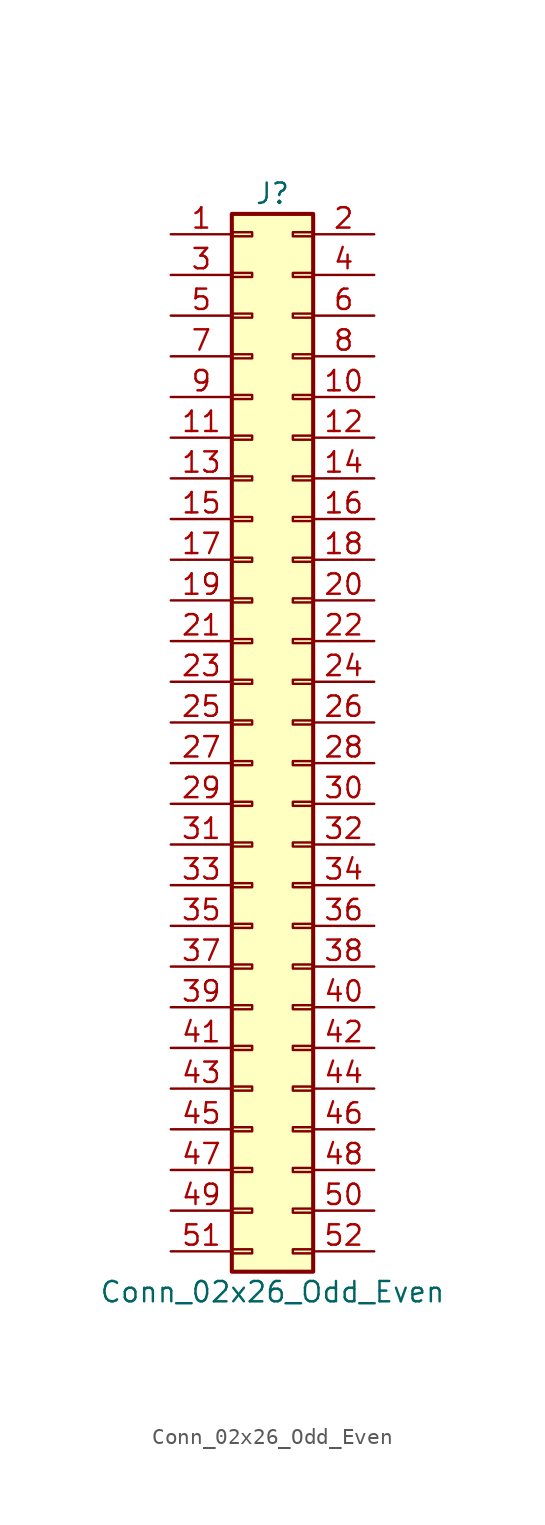
<source format=kicad_sym>
(kicad_symbol_lib
  (version 20201005)
  (generator kicad_symbol_editor)
  (symbol "Conn_02x26_Odd_Even"
    (pin_names
      (offset 1.016) hide)
    (property "Reference" "J"
      (at 1.27 33.02 0)
      (effects (font (size 1.27 1.27))))
    (property "Value" "Conn_02x26_Odd_Even"
      (at 1.27 -35.56 0)
      (effects (font (size 1.27 1.27))))
    (symbol "Conn_02x26_Odd_Even_1_1"
      (rectangle (start -1.27 -32.893) (end 0 -33.147) (stroke (width 0.152)) (fill (type none)))
      (rectangle (start -1.27 -30.353) (end 0 -30.607) (stroke (width 0.152)) (fill (type none)))
      (rectangle (start -1.27 -27.813) (end 0 -28.067) (stroke (width 0.152)) (fill (type none)))
      (rectangle (start -1.27 -25.273) (end 0 -25.527) (stroke (width 0.152)) (fill (type none)))
      (rectangle (start -1.27 -22.733) (end 0 -22.987) (stroke (width 0.152)) (fill (type none)))
      (rectangle (start -1.27 -20.193) (end 0 -20.447) (stroke (width 0.152)) (fill (type none)))
      (rectangle (start -1.27 -17.653) (end 0 -17.907) (stroke (width 0.152)) (fill (type none)))
      (rectangle (start -1.27 -15.113) (end 0 -15.367) (stroke (width 0.152)) (fill (type none)))
      (rectangle (start -1.27 -12.573) (end 0 -12.827) (stroke (width 0.152)) (fill (type none)))
      (rectangle (start -1.27 -10.033) (end 0 -10.287) (stroke (width 0.152)) (fill (type none)))
      (rectangle (start -1.27 -7.493) (end 0 -7.747) (stroke (width 0.152)) (fill (type none)))
      (rectangle (start -1.27 -4.953) (end 0 -5.207) (stroke (width 0.152)) (fill (type none)))
      (rectangle (start -1.27 -2.413) (end 0 -2.667) (stroke (width 0.152)) (fill (type none)))
      (rectangle (start -1.27 0.127) (end 0 -0.127) (stroke (width 0.152)) (fill (type none)))
      (rectangle (start -1.27 2.667) (end 0 2.413) (stroke (width 0.152)) (fill (type none)))
      (rectangle (start -1.27 5.207) (end 0 4.953) (stroke (width 0.152)) (fill (type none)))
      (rectangle (start -1.27 7.747) (end 0 7.493) (stroke (width 0.152)) (fill (type none)))
      (rectangle (start -1.27 10.287) (end 0 10.033) (stroke (width 0.152)) (fill (type none)))
      (rectangle (start -1.27 12.827) (end 0 12.573) (stroke (width 0.152)) (fill (type none)))
      (rectangle (start -1.27 15.367) (end 0 15.113) (stroke (width 0.152)) (fill (type none)))
      (rectangle (start -1.27 17.907) (end 0 17.653) (stroke (width 0.152)) (fill (type none)))
      (rectangle (start -1.27 20.447) (end 0 20.193) (stroke (width 0.152)) (fill (type none)))
      (rectangle (start -1.27 22.987) (end 0 22.733) (stroke (width 0.152)) (fill (type none)))
      (rectangle (start -1.27 25.527) (end 0 25.273) (stroke (width 0.152)) (fill (type none)))
      (rectangle (start -1.27 28.067) (end 0 27.813) (stroke (width 0.152)) (fill (type none)))
      (rectangle (start -1.27 30.607) (end 0 30.353) (stroke (width 0.152)) (fill (type none)))
      (rectangle (start -1.27 31.75) (end 3.81 -34.29) (stroke (width 0.254)) (fill (type background)))
      (rectangle (start 3.81 -32.893) (end 2.54 -33.147) (stroke (width 0.152)) (fill (type none)))
      (rectangle (start 3.81 -30.353) (end 2.54 -30.607) (stroke (width 0.152)) (fill (type none)))
      (rectangle (start 3.81 -27.813) (end 2.54 -28.067) (stroke (width 0.152)) (fill (type none)))
      (rectangle (start 3.81 -25.273) (end 2.54 -25.527) (stroke (width 0.152)) (fill (type none)))
      (rectangle (start 3.81 -22.733) (end 2.54 -22.987) (stroke (width 0.152)) (fill (type none)))
      (rectangle (start 3.81 -20.193) (end 2.54 -20.447) (stroke (width 0.152)) (fill (type none)))
      (rectangle (start 3.81 -17.653) (end 2.54 -17.907) (stroke (width 0.152)) (fill (type none)))
      (rectangle (start 3.81 -15.113) (end 2.54 -15.367) (stroke (width 0.152)) (fill (type none)))
      (rectangle (start 3.81 -12.573) (end 2.54 -12.827) (stroke (width 0.152)) (fill (type none)))
      (rectangle (start 3.81 -10.033) (end 2.54 -10.287) (stroke (width 0.152)) (fill (type none)))
      (rectangle (start 3.81 -7.493) (end 2.54 -7.747) (stroke (width 0.152)) (fill (type none)))
      (rectangle (start 3.81 -4.953) (end 2.54 -5.207) (stroke (width 0.152)) (fill (type none)))
      (rectangle (start 3.81 -2.413) (end 2.54 -2.667) (stroke (width 0.152)) (fill (type none)))
      (rectangle (start 3.81 0.127) (end 2.54 -0.127) (stroke (width 0.152)) (fill (type none)))
      (rectangle (start 3.81 2.667) (end 2.54 2.413) (stroke (width 0.152)) (fill (type none)))
      (rectangle (start 3.81 5.207) (end 2.54 4.953) (stroke (width 0.152)) (fill (type none)))
      (rectangle (start 3.81 7.747) (end 2.54 7.493) (stroke (width 0.152)) (fill (type none)))
      (rectangle (start 3.81 10.287) (end 2.54 10.033) (stroke (width 0.152)) (fill (type none)))
      (rectangle (start 3.81 12.827) (end 2.54 12.573) (stroke (width 0.152)) (fill (type none)))
      (rectangle (start 3.81 15.367) (end 2.54 15.113) (stroke (width 0.152)) (fill (type none)))
      (rectangle (start 3.81 17.907) (end 2.54 17.653) (stroke (width 0.152)) (fill (type none)))
      (rectangle (start 3.81 20.447) (end 2.54 20.193) (stroke (width 0.152)) (fill (type none)))
      (rectangle (start 3.81 22.987) (end 2.54 22.733) (stroke (width 0.152)) (fill (type none)))
      (rectangle (start 3.81 25.527) (end 2.54 25.273) (stroke (width 0.152)) (fill (type none)))
      (rectangle (start 3.81 28.067) (end 2.54 27.813) (stroke (width 0.152)) (fill (type none)))
      (rectangle (start 3.81 30.607) (end 2.54 30.353) (stroke (width 0.152)) (fill (type none)))
      (pin passive line (at -5.08 30.48 0) (length 3.81) (name "Pin_1" (effects (font (size 1.27 1.27)))) (number "1" (effects (font (size 1.27 1.27)))))
      (pin passive line (at 7.62 20.32 180) (length 3.81) (name "Pin_10" (effects (font (size 1.27 1.27)))) (number "10" (effects (font (size 1.27 1.27)))))
      (pin passive line (at -5.08 17.78 0) (length 3.81) (name "Pin_11" (effects (font (size 1.27 1.27)))) (number "11" (effects (font (size 1.27 1.27)))))
      (pin passive line (at 7.62 17.78 180) (length 3.81) (name "Pin_12" (effects (font (size 1.27 1.27)))) (number "12" (effects (font (size 1.27 1.27)))))
      (pin passive line (at -5.08 15.24 0) (length 3.81) (name "Pin_13" (effects (font (size 1.27 1.27)))) (number "13" (effects (font (size 1.27 1.27)))))
      (pin passive line (at 7.62 15.24 180) (length 3.81) (name "Pin_14" (effects (font (size 1.27 1.27)))) (number "14" (effects (font (size 1.27 1.27)))))
      (pin passive line (at -5.08 12.7 0) (length 3.81) (name "Pin_15" (effects (font (size 1.27 1.27)))) (number "15" (effects (font (size 1.27 1.27)))))
      (pin passive line (at 7.62 12.7 180) (length 3.81) (name "Pin_16" (effects (font (size 1.27 1.27)))) (number "16" (effects (font (size 1.27 1.27)))))
      (pin passive line (at -5.08 10.16 0) (length 3.81) (name "Pin_17" (effects (font (size 1.27 1.27)))) (number "17" (effects (font (size 1.27 1.27)))))
      (pin passive line (at 7.62 10.16 180) (length 3.81) (name "Pin_18" (effects (font (size 1.27 1.27)))) (number "18" (effects (font (size 1.27 1.27)))))
      (pin passive line (at -5.08 7.62 0) (length 3.81) (name "Pin_19" (effects (font (size 1.27 1.27)))) (number "19" (effects (font (size 1.27 1.27)))))
      (pin passive line (at 7.62 30.48 180) (length 3.81) (name "Pin_2" (effects (font (size 1.27 1.27)))) (number "2" (effects (font (size 1.27 1.27)))))
      (pin passive line (at 7.62 7.62 180) (length 3.81) (name "Pin_20" (effects (font (size 1.27 1.27)))) (number "20" (effects (font (size 1.27 1.27)))))
      (pin passive line (at -5.08 5.08 0) (length 3.81) (name "Pin_21" (effects (font (size 1.27 1.27)))) (number "21" (effects (font (size 1.27 1.27)))))
      (pin passive line (at 7.62 5.08 180) (length 3.81) (name "Pin_22" (effects (font (size 1.27 1.27)))) (number "22" (effects (font (size 1.27 1.27)))))
      (pin passive line (at -5.08 2.54 0) (length 3.81) (name "Pin_23" (effects (font (size 1.27 1.27)))) (number "23" (effects (font (size 1.27 1.27)))))
      (pin passive line (at 7.62 2.54 180) (length 3.81) (name "Pin_24" (effects (font (size 1.27 1.27)))) (number "24" (effects (font (size 1.27 1.27)))))
      (pin passive line (at -5.08 0 0) (length 3.81) (name "Pin_25" (effects (font (size 1.27 1.27)))) (number "25" (effects (font (size 1.27 1.27)))))
      (pin passive line (at 7.62 0 180) (length 3.81) (name "Pin_26" (effects (font (size 1.27 1.27)))) (number "26" (effects (font (size 1.27 1.27)))))
      (pin passive line (at -5.08 -2.54 0) (length 3.81) (name "Pin_27" (effects (font (size 1.27 1.27)))) (number "27" (effects (font (size 1.27 1.27)))))
      (pin passive line (at 7.62 -2.54 180) (length 3.81) (name "Pin_28" (effects (font (size 1.27 1.27)))) (number "28" (effects (font (size 1.27 1.27)))))
      (pin passive line (at -5.08 -5.08 0) (length 3.81) (name "Pin_29" (effects (font (size 1.27 1.27)))) (number "29" (effects (font (size 1.27 1.27)))))
      (pin passive line (at -5.08 27.94 0) (length 3.81) (name "Pin_3" (effects (font (size 1.27 1.27)))) (number "3" (effects (font (size 1.27 1.27)))))
      (pin passive line (at 7.62 -5.08 180) (length 3.81) (name "Pin_30" (effects (font (size 1.27 1.27)))) (number "30" (effects (font (size 1.27 1.27)))))
      (pin passive line (at -5.08 -7.62 0) (length 3.81) (name "Pin_31" (effects (font (size 1.27 1.27)))) (number "31" (effects (font (size 1.27 1.27)))))
      (pin passive line (at 7.62 -7.62 180) (length 3.81) (name "Pin_32" (effects (font (size 1.27 1.27)))) (number "32" (effects (font (size 1.27 1.27)))))
      (pin passive line (at -5.08 -10.16 0) (length 3.81) (name "Pin_33" (effects (font (size 1.27 1.27)))) (number "33" (effects (font (size 1.27 1.27)))))
      (pin passive line (at 7.62 -10.16 180) (length 3.81) (name "Pin_34" (effects (font (size 1.27 1.27)))) (number "34" (effects (font (size 1.27 1.27)))))
      (pin passive line (at -5.08 -12.7 0) (length 3.81) (name "Pin_35" (effects (font (size 1.27 1.27)))) (number "35" (effects (font (size 1.27 1.27)))))
      (pin passive line (at 7.62 -12.7 180) (length 3.81) (name "Pin_36" (effects (font (size 1.27 1.27)))) (number "36" (effects (font (size 1.27 1.27)))))
      (pin passive line (at -5.08 -15.24 0) (length 3.81) (name "Pin_37" (effects (font (size 1.27 1.27)))) (number "37" (effects (font (size 1.27 1.27)))))
      (pin passive line (at 7.62 -15.24 180) (length 3.81) (name "Pin_38" (effects (font (size 1.27 1.27)))) (number "38" (effects (font (size 1.27 1.27)))))
      (pin passive line (at -5.08 -17.78 0) (length 3.81) (name "Pin_39" (effects (font (size 1.27 1.27)))) (number "39" (effects (font (size 1.27 1.27)))))
      (pin passive line (at 7.62 27.94 180) (length 3.81) (name "Pin_4" (effects (font (size 1.27 1.27)))) (number "4" (effects (font (size 1.27 1.27)))))
      (pin passive line (at 7.62 -17.78 180) (length 3.81) (name "Pin_40" (effects (font (size 1.27 1.27)))) (number "40" (effects (font (size 1.27 1.27)))))
      (pin passive line (at -5.08 -20.32 0) (length 3.81) (name "Pin_41" (effects (font (size 1.27 1.27)))) (number "41" (effects (font (size 1.27 1.27)))))
      (pin passive line (at 7.62 -20.32 180) (length 3.81) (name "Pin_42" (effects (font (size 1.27 1.27)))) (number "42" (effects (font (size 1.27 1.27)))))
      (pin passive line (at -5.08 -22.86 0) (length 3.81) (name "Pin_43" (effects (font (size 1.27 1.27)))) (number "43" (effects (font (size 1.27 1.27)))))
      (pin passive line (at 7.62 -22.86 180) (length 3.81) (name "Pin_44" (effects (font (size 1.27 1.27)))) (number "44" (effects (font (size 1.27 1.27)))))
      (pin passive line (at -5.08 -25.4 0) (length 3.81) (name "Pin_45" (effects (font (size 1.27 1.27)))) (number "45" (effects (font (size 1.27 1.27)))))
      (pin passive line (at 7.62 -25.4 180) (length 3.81) (name "Pin_46" (effects (font (size 1.27 1.27)))) (number "46" (effects (font (size 1.27 1.27)))))
      (pin passive line (at -5.08 -27.94 0) (length 3.81) (name "Pin_47" (effects (font (size 1.27 1.27)))) (number "47" (effects (font (size 1.27 1.27)))))
      (pin passive line (at 7.62 -27.94 180) (length 3.81) (name "Pin_48" (effects (font (size 1.27 1.27)))) (number "48" (effects (font (size 1.27 1.27)))))
      (pin passive line (at -5.08 -30.48 0) (length 3.81) (name "Pin_49" (effects (font (size 1.27 1.27)))) (number "49" (effects (font (size 1.27 1.27)))))
      (pin passive line (at -5.08 25.4 0) (length 3.81) (name "Pin_5" (effects (font (size 1.27 1.27)))) (number "5" (effects (font (size 1.27 1.27)))))
      (pin passive line (at 7.62 -30.48 180) (length 3.81) (name "Pin_50" (effects (font (size 1.27 1.27)))) (number "50" (effects (font (size 1.27 1.27)))))
      (pin passive line (at -5.08 -33.02 0) (length 3.81) (name "Pin_51" (effects (font (size 1.27 1.27)))) (number "51" (effects (font (size 1.27 1.27)))))
      (pin passive line (at 7.62 -33.02 180) (length 3.81) (name "Pin_52" (effects (font (size 1.27 1.27)))) (number "52" (effects (font (size 1.27 1.27)))))
      (pin passive line (at 7.62 25.4 180) (length 3.81) (name "Pin_6" (effects (font (size 1.27 1.27)))) (number "6" (effects (font (size 1.27 1.27)))))
      (pin passive line (at -5.08 22.86 0) (length 3.81) (name "Pin_7" (effects (font (size 1.27 1.27)))) (number "7" (effects (font (size 1.27 1.27)))))
      (pin passive line (at 7.62 22.86 180) (length 3.81) (name "Pin_8" (effects (font (size 1.27 1.27)))) (number "8" (effects (font (size 1.27 1.27)))))
      (pin passive line (at -5.08 20.32 0) (length 3.81) (name "Pin_9" (effects (font (size 1.27 1.27)))) (number "9" (effects (font (size 1.27 1.27))))))))
</source>
